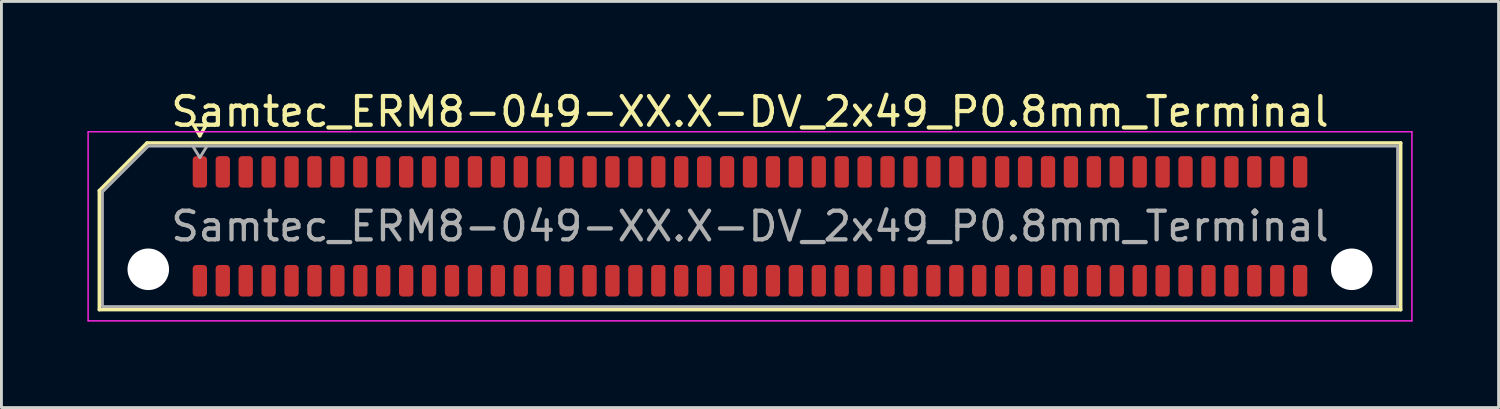
<source format=kicad_pcb>
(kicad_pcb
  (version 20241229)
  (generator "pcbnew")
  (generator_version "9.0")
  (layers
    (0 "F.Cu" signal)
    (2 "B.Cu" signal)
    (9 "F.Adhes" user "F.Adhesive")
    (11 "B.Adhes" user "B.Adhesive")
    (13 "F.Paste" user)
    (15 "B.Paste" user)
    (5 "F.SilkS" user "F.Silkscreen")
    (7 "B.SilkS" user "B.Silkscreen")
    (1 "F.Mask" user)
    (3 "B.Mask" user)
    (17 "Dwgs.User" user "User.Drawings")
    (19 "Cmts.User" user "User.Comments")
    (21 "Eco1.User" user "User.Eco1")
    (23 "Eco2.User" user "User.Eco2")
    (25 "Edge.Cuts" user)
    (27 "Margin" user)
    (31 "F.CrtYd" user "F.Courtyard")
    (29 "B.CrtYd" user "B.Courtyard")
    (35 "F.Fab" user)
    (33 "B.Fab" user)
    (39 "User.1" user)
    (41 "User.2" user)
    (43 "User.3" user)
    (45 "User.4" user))
  (footprint "Samtec_ERM8-049-XX.X-DV_2x49_P0.8mm_Terminal"
    (layer "F.Cu")
    (at 23.125 4.848)
    (property "Reference" "Samtec_ERM8-049-XX.X-DV_2x49_P0.8mm_Terminal" (at 0 -4 0) (layer "F.SilkS") (effects (font (size 1 1) (thickness 0.15))))
    (attr smd)
    (fp_line (start -22.71 -1.246) (end -21.046 -2.91) (stroke (width 0.12) (type solid)) (layer "F.SilkS"))
    (fp_line (start -22.71 2.91) (end -22.71 -1.246) (stroke (width 0.12) (type solid)) (layer "F.SilkS"))
    (fp_line (start -21.046 -2.91) (end 22.71 -2.91) (stroke (width 0.12) (type solid)) (layer "F.SilkS"))
    (fp_line (start -19.417 -3.535) (end -19.2 -3.16) (stroke (width 0.12) (type solid)) (layer "F.SilkS"))
    (fp_line (start -19.2 -3.16) (end -18.983 -3.535) (stroke (width 0.12) (type solid)) (layer "F.SilkS"))
    (fp_line (start -18.983 -3.535) (end -19.417 -3.535) (stroke (width 0.12) (type solid)) (layer "F.SilkS"))
    (fp_line (start 22.71 -2.91) (end 22.71 2.91) (stroke (width 0.12) (type solid)) (layer "F.SilkS"))
    (fp_line (start 22.71 2.91) (end -22.71 2.91) (stroke (width 0.12) (type solid)) (layer "F.SilkS"))
    (fp_line (start -23.1 -3.3) (end -23.1 3.3) (stroke (width 0.05) (type solid)) (layer "F.CrtYd"))
    (fp_line (start -23.1 3.3) (end 23.1 3.3) (stroke (width 0.05) (type solid)) (layer "F.CrtYd"))
    (fp_line (start 23.1 -3.3) (end -23.1 -3.3) (stroke (width 0.05) (type solid)) (layer "F.CrtYd"))
    (fp_line (start 23.1 3.3) (end 23.1 -3.3) (stroke (width 0.05) (type solid)) (layer "F.CrtYd"))
    (fp_line (start -22.6 -1.2) (end -21 -2.8) (stroke (width 0.1) (type solid)) (layer "F.Fab"))
    (fp_line (start -22.6 2.8) (end -22.6 -1.2) (stroke (width 0.1) (type solid)) (layer "F.Fab"))
    (fp_line (start -21 -2.8) (end 22.6 -2.8) (stroke (width 0.1) (type solid)) (layer "F.Fab"))
    (fp_line (start -19.2 -2.4) (end -19.45 -2.8) (stroke (width 0.1) (type solid)) (layer "F.Fab"))
    (fp_line (start -19.2 -2.4) (end -18.95 -2.8) (stroke (width 0.1) (type solid)) (layer "F.Fab"))
    (fp_line (start 22.6 -2.8) (end 22.6 2.8) (stroke (width 0.1) (type solid)) (layer "F.Fab"))
    (fp_line (start 22.6 2.8) (end -22.6 2.8) (stroke (width 0.1) (type solid)) (layer "F.Fab"))
    (fp_text user "${REFERENCE}" (at 0 0 0) (layer "F.Fab") (effects (font (size 1 1) (thickness 0.15))))
    (pad "" np_thru_hole circle (at -21 1.5) (size 1.45 1.45) (drill 1.45) (layers "*.Cu" "*.Mask"))
    (pad "" np_thru_hole circle (at 21 1.5) (size 1.45 1.45) (drill 1.45) (layers "*.Cu" "*.Mask"))
    (pad "1" smd roundrect (at -19.2 -1.9) (size 0.5 1.1) (layers "F.Cu" "F.Mask" "F.Paste") (roundrect_rratio 0.25))
    (pad "2" smd roundrect (at -19.2 1.9) (size 0.5 1.1) (layers "F.Cu" "F.Mask" "F.Paste") (roundrect_rratio 0.25))
    (pad "3" smd roundrect (at -18.4 -1.9) (size 0.5 1.1) (layers "F.Cu" "F.Mask" "F.Paste") (roundrect_rratio 0.25))
    (pad "4" smd roundrect (at -18.4 1.9) (size 0.5 1.1) (layers "F.Cu" "F.Mask" "F.Paste") (roundrect_rratio 0.25))
    (pad "5" smd roundrect (at -17.6 -1.9) (size 0.5 1.1) (layers "F.Cu" "F.Mask" "F.Paste") (roundrect_rratio 0.25))
    (pad "6" smd roundrect (at -17.6 1.9) (size 0.5 1.1) (layers "F.Cu" "F.Mask" "F.Paste") (roundrect_rratio 0.25))
    (pad "7" smd roundrect (at -16.8 -1.9) (size 0.5 1.1) (layers "F.Cu" "F.Mask" "F.Paste") (roundrect_rratio 0.25))
    (pad "8" smd roundrect (at -16.8 1.9) (size 0.5 1.1) (layers "F.Cu" "F.Mask" "F.Paste") (roundrect_rratio 0.25))
    (pad "9" smd roundrect (at -16 -1.9) (size 0.5 1.1) (layers "F.Cu" "F.Mask" "F.Paste") (roundrect_rratio 0.25))
    (pad "10" smd roundrect (at -16 1.9) (size 0.5 1.1) (layers "F.Cu" "F.Mask" "F.Paste") (roundrect_rratio 0.25))
    (pad "11" smd roundrect (at -15.2 -1.9) (size 0.5 1.1) (layers "F.Cu" "F.Mask" "F.Paste") (roundrect_rratio 0.25))
    (pad "12" smd roundrect (at -15.2 1.9) (size 0.5 1.1) (layers "F.Cu" "F.Mask" "F.Paste") (roundrect_rratio 0.25))
    (pad "13" smd roundrect (at -14.4 -1.9) (size 0.5 1.1) (layers "F.Cu" "F.Mask" "F.Paste") (roundrect_rratio 0.25))
    (pad "14" smd roundrect (at -14.4 1.9) (size 0.5 1.1) (layers "F.Cu" "F.Mask" "F.Paste") (roundrect_rratio 0.25))
    (pad "15" smd roundrect (at -13.6 -1.9) (size 0.5 1.1) (layers "F.Cu" "F.Mask" "F.Paste") (roundrect_rratio 0.25))
    (pad "16" smd roundrect (at -13.6 1.9) (size 0.5 1.1) (layers "F.Cu" "F.Mask" "F.Paste") (roundrect_rratio 0.25))
    (pad "17" smd roundrect (at -12.8 -1.9) (size 0.5 1.1) (layers "F.Cu" "F.Mask" "F.Paste") (roundrect_rratio 0.25))
    (pad "18" smd roundrect (at -12.8 1.9) (size 0.5 1.1) (layers "F.Cu" "F.Mask" "F.Paste") (roundrect_rratio 0.25))
    (pad "19" smd roundrect (at -12 -1.9) (size 0.5 1.1) (layers "F.Cu" "F.Mask" "F.Paste") (roundrect_rratio 0.25))
    (pad "20" smd roundrect (at -12 1.9) (size 0.5 1.1) (layers "F.Cu" "F.Mask" "F.Paste") (roundrect_rratio 0.25))
    (pad "21" smd roundrect (at -11.2 -1.9) (size 0.5 1.1) (layers "F.Cu" "F.Mask" "F.Paste") (roundrect_rratio 0.25))
    (pad "22" smd roundrect (at -11.2 1.9) (size 0.5 1.1) (layers "F.Cu" "F.Mask" "F.Paste") (roundrect_rratio 0.25))
    (pad "23" smd roundrect (at -10.4 -1.9) (size 0.5 1.1) (layers "F.Cu" "F.Mask" "F.Paste") (roundrect_rratio 0.25))
    (pad "24" smd roundrect (at -10.4 1.9) (size 0.5 1.1) (layers "F.Cu" "F.Mask" "F.Paste") (roundrect_rratio 0.25))
    (pad "25" smd roundrect (at -9.6 -1.9) (size 0.5 1.1) (layers "F.Cu" "F.Mask" "F.Paste") (roundrect_rratio 0.25))
    (pad "26" smd roundrect (at -9.6 1.9) (size 0.5 1.1) (layers "F.Cu" "F.Mask" "F.Paste") (roundrect_rratio 0.25))
    (pad "27" smd roundrect (at -8.8 -1.9) (size 0.5 1.1) (layers "F.Cu" "F.Mask" "F.Paste") (roundrect_rratio 0.25))
    (pad "28" smd roundrect (at -8.8 1.9) (size 0.5 1.1) (layers "F.Cu" "F.Mask" "F.Paste") (roundrect_rratio 0.25))
    (pad "29" smd roundrect (at -8 -1.9) (size 0.5 1.1) (layers "F.Cu" "F.Mask" "F.Paste") (roundrect_rratio 0.25))
    (pad "30" smd roundrect (at -8 1.9) (size 0.5 1.1) (layers "F.Cu" "F.Mask" "F.Paste") (roundrect_rratio 0.25))
    (pad "31" smd roundrect (at -7.2 -1.9) (size 0.5 1.1) (layers "F.Cu" "F.Mask" "F.Paste") (roundrect_rratio 0.25))
    (pad "32" smd roundrect (at -7.2 1.9) (size 0.5 1.1) (layers "F.Cu" "F.Mask" "F.Paste") (roundrect_rratio 0.25))
    (pad "33" smd roundrect (at -6.4 -1.9) (size 0.5 1.1) (layers "F.Cu" "F.Mask" "F.Paste") (roundrect_rratio 0.25))
    (pad "34" smd roundrect (at -6.4 1.9) (size 0.5 1.1) (layers "F.Cu" "F.Mask" "F.Paste") (roundrect_rratio 0.25))
    (pad "35" smd roundrect (at -5.6 -1.9) (size 0.5 1.1) (layers "F.Cu" "F.Mask" "F.Paste") (roundrect_rratio 0.25))
    (pad "36" smd roundrect (at -5.6 1.9) (size 0.5 1.1) (layers "F.Cu" "F.Mask" "F.Paste") (roundrect_rratio 0.25))
    (pad "37" smd roundrect (at -4.8 -1.9) (size 0.5 1.1) (layers "F.Cu" "F.Mask" "F.Paste") (roundrect_rratio 0.25))
    (pad "38" smd roundrect (at -4.8 1.9) (size 0.5 1.1) (layers "F.Cu" "F.Mask" "F.Paste") (roundrect_rratio 0.25))
    (pad "39" smd roundrect (at -4 -1.9) (size 0.5 1.1) (layers "F.Cu" "F.Mask" "F.Paste") (roundrect_rratio 0.25))
    (pad "40" smd roundrect (at -4 1.9) (size 0.5 1.1) (layers "F.Cu" "F.Mask" "F.Paste") (roundrect_rratio 0.25))
    (pad "41" smd roundrect (at -3.2 -1.9) (size 0.5 1.1) (layers "F.Cu" "F.Mask" "F.Paste") (roundrect_rratio 0.25))
    (pad "42" smd roundrect (at -3.2 1.9) (size 0.5 1.1) (layers "F.Cu" "F.Mask" "F.Paste") (roundrect_rratio 0.25))
    (pad "43" smd roundrect (at -2.4 -1.9) (size 0.5 1.1) (layers "F.Cu" "F.Mask" "F.Paste") (roundrect_rratio 0.25))
    (pad "44" smd roundrect (at -2.4 1.9) (size 0.5 1.1) (layers "F.Cu" "F.Mask" "F.Paste") (roundrect_rratio 0.25))
    (pad "45" smd roundrect (at -1.6 -1.9) (size 0.5 1.1) (layers "F.Cu" "F.Mask" "F.Paste") (roundrect_rratio 0.25))
    (pad "46" smd roundrect (at -1.6 1.9) (size 0.5 1.1) (layers "F.Cu" "F.Mask" "F.Paste") (roundrect_rratio 0.25))
    (pad "47" smd roundrect (at -0.8 -1.9) (size 0.5 1.1) (layers "F.Cu" "F.Mask" "F.Paste") (roundrect_rratio 0.25))
    (pad "48" smd roundrect (at -0.8 1.9) (size 0.5 1.1) (layers "F.Cu" "F.Mask" "F.Paste") (roundrect_rratio 0.25))
    (pad "49" smd roundrect (at 0 -1.9) (size 0.5 1.1) (layers "F.Cu" "F.Mask" "F.Paste") (roundrect_rratio 0.25))
    (pad "50" smd roundrect (at 0 1.9) (size 0.5 1.1) (layers "F.Cu" "F.Mask" "F.Paste") (roundrect_rratio 0.25))
    (pad "51" smd roundrect (at 0.8 -1.9) (size 0.5 1.1) (layers "F.Cu" "F.Mask" "F.Paste") (roundrect_rratio 0.25))
    (pad "52" smd roundrect (at 0.8 1.9) (size 0.5 1.1) (layers "F.Cu" "F.Mask" "F.Paste") (roundrect_rratio 0.25))
    (pad "53" smd roundrect (at 1.6 -1.9) (size 0.5 1.1) (layers "F.Cu" "F.Mask" "F.Paste") (roundrect_rratio 0.25))
    (pad "54" smd roundrect (at 1.6 1.9) (size 0.5 1.1) (layers "F.Cu" "F.Mask" "F.Paste") (roundrect_rratio 0.25))
    (pad "55" smd roundrect (at 2.4 -1.9) (size 0.5 1.1) (layers "F.Cu" "F.Mask" "F.Paste") (roundrect_rratio 0.25))
    (pad "56" smd roundrect (at 2.4 1.9) (size 0.5 1.1) (layers "F.Cu" "F.Mask" "F.Paste") (roundrect_rratio 0.25))
    (pad "57" smd roundrect (at 3.2 -1.9) (size 0.5 1.1) (layers "F.Cu" "F.Mask" "F.Paste") (roundrect_rratio 0.25))
    (pad "58" smd roundrect (at 3.2 1.9) (size 0.5 1.1) (layers "F.Cu" "F.Mask" "F.Paste") (roundrect_rratio 0.25))
    (pad "59" smd roundrect (at 4 -1.9) (size 0.5 1.1) (layers "F.Cu" "F.Mask" "F.Paste") (roundrect_rratio 0.25))
    (pad "60" smd roundrect (at 4 1.9) (size 0.5 1.1) (layers "F.Cu" "F.Mask" "F.Paste") (roundrect_rratio 0.25))
    (pad "61" smd roundrect (at 4.8 -1.9) (size 0.5 1.1) (layers "F.Cu" "F.Mask" "F.Paste") (roundrect_rratio 0.25))
    (pad "62" smd roundrect (at 4.8 1.9) (size 0.5 1.1) (layers "F.Cu" "F.Mask" "F.Paste") (roundrect_rratio 0.25))
    (pad "63" smd roundrect (at 5.6 -1.9) (size 0.5 1.1) (layers "F.Cu" "F.Mask" "F.Paste") (roundrect_rratio 0.25))
    (pad "64" smd roundrect (at 5.6 1.9) (size 0.5 1.1) (layers "F.Cu" "F.Mask" "F.Paste") (roundrect_rratio 0.25))
    (pad "65" smd roundrect (at 6.4 -1.9) (size 0.5 1.1) (layers "F.Cu" "F.Mask" "F.Paste") (roundrect_rratio 0.25))
    (pad "66" smd roundrect (at 6.4 1.9) (size 0.5 1.1) (layers "F.Cu" "F.Mask" "F.Paste") (roundrect_rratio 0.25))
    (pad "67" smd roundrect (at 7.2 -1.9) (size 0.5 1.1) (layers "F.Cu" "F.Mask" "F.Paste") (roundrect_rratio 0.25))
    (pad "68" smd roundrect (at 7.2 1.9) (size 0.5 1.1) (layers "F.Cu" "F.Mask" "F.Paste") (roundrect_rratio 0.25))
    (pad "69" smd roundrect (at 8 -1.9) (size 0.5 1.1) (layers "F.Cu" "F.Mask" "F.Paste") (roundrect_rratio 0.25))
    (pad "70" smd roundrect (at 8 1.9) (size 0.5 1.1) (layers "F.Cu" "F.Mask" "F.Paste") (roundrect_rratio 0.25))
    (pad "71" smd roundrect (at 8.8 -1.9) (size 0.5 1.1) (layers "F.Cu" "F.Mask" "F.Paste") (roundrect_rratio 0.25))
    (pad "72" smd roundrect (at 8.8 1.9) (size 0.5 1.1) (layers "F.Cu" "F.Mask" "F.Paste") (roundrect_rratio 0.25))
    (pad "73" smd roundrect (at 9.6 -1.9) (size 0.5 1.1) (layers "F.Cu" "F.Mask" "F.Paste") (roundrect_rratio 0.25))
    (pad "74" smd roundrect (at 9.6 1.9) (size 0.5 1.1) (layers "F.Cu" "F.Mask" "F.Paste") (roundrect_rratio 0.25))
    (pad "75" smd roundrect (at 10.4 -1.9) (size 0.5 1.1) (layers "F.Cu" "F.Mask" "F.Paste") (roundrect_rratio 0.25))
    (pad "76" smd roundrect (at 10.4 1.9) (size 0.5 1.1) (layers "F.Cu" "F.Mask" "F.Paste") (roundrect_rratio 0.25))
    (pad "77" smd roundrect (at 11.2 -1.9) (size 0.5 1.1) (layers "F.Cu" "F.Mask" "F.Paste") (roundrect_rratio 0.25))
    (pad "78" smd roundrect (at 11.2 1.9) (size 0.5 1.1) (layers "F.Cu" "F.Mask" "F.Paste") (roundrect_rratio 0.25))
    (pad "79" smd roundrect (at 12 -1.9) (size 0.5 1.1) (layers "F.Cu" "F.Mask" "F.Paste") (roundrect_rratio 0.25))
    (pad "80" smd roundrect (at 12 1.9) (size 0.5 1.1) (layers "F.Cu" "F.Mask" "F.Paste") (roundrect_rratio 0.25))
    (pad "81" smd roundrect (at 12.8 -1.9) (size 0.5 1.1) (layers "F.Cu" "F.Mask" "F.Paste") (roundrect_rratio 0.25))
    (pad "82" smd roundrect (at 12.8 1.9) (size 0.5 1.1) (layers "F.Cu" "F.Mask" "F.Paste") (roundrect_rratio 0.25))
    (pad "83" smd roundrect (at 13.6 -1.9) (size 0.5 1.1) (layers "F.Cu" "F.Mask" "F.Paste") (roundrect_rratio 0.25))
    (pad "84" smd roundrect (at 13.6 1.9) (size 0.5 1.1) (layers "F.Cu" "F.Mask" "F.Paste") (roundrect_rratio 0.25))
    (pad "85" smd roundrect (at 14.4 -1.9) (size 0.5 1.1) (layers "F.Cu" "F.Mask" "F.Paste") (roundrect_rratio 0.25))
    (pad "86" smd roundrect (at 14.4 1.9) (size 0.5 1.1) (layers "F.Cu" "F.Mask" "F.Paste") (roundrect_rratio 0.25))
    (pad "87" smd roundrect (at 15.2 -1.9) (size 0.5 1.1) (layers "F.Cu" "F.Mask" "F.Paste") (roundrect_rratio 0.25))
    (pad "88" smd roundrect (at 15.2 1.9) (size 0.5 1.1) (layers "F.Cu" "F.Mask" "F.Paste") (roundrect_rratio 0.25))
    (pad "89" smd roundrect (at 16 -1.9) (size 0.5 1.1) (layers "F.Cu" "F.Mask" "F.Paste") (roundrect_rratio 0.25))
    (pad "90" smd roundrect (at 16 1.9) (size 0.5 1.1) (layers "F.Cu" "F.Mask" "F.Paste") (roundrect_rratio 0.25))
    (pad "91" smd roundrect (at 16.8 -1.9) (size 0.5 1.1) (layers "F.Cu" "F.Mask" "F.Paste") (roundrect_rratio 0.25))
    (pad "92" smd roundrect (at 16.8 1.9) (size 0.5 1.1) (layers "F.Cu" "F.Mask" "F.Paste") (roundrect_rratio 0.25))
    (pad "93" smd roundrect (at 17.6 -1.9) (size 0.5 1.1) (layers "F.Cu" "F.Mask" "F.Paste") (roundrect_rratio 0.25))
    (pad "94" smd roundrect (at 17.6 1.9) (size 0.5 1.1) (layers "F.Cu" "F.Mask" "F.Paste") (roundrect_rratio 0.25))
    (pad "95" smd roundrect (at 18.4 -1.9) (size 0.5 1.1) (layers "F.Cu" "F.Mask" "F.Paste") (roundrect_rratio 0.25))
    (pad "96" smd roundrect (at 18.4 1.9) (size 0.5 1.1) (layers "F.Cu" "F.Mask" "F.Paste") (roundrect_rratio 0.25))
    (pad "97" smd roundrect (at 19.2 -1.9) (size 0.5 1.1) (layers "F.Cu" "F.Mask" "F.Paste") (roundrect_rratio 0.25))
    (pad "98" smd roundrect (at 19.2 1.9) (size 0.5 1.1) (layers "F.Cu" "F.Mask" "F.Paste") (roundrect_rratio 0.25)))
  (gr_rect
    (start -3 -3)
    (end 49.25 11.173)
    (stroke (width 0.1) (type default))
    (fill no)
    (layer "Edge.Cuts")))
</source>
